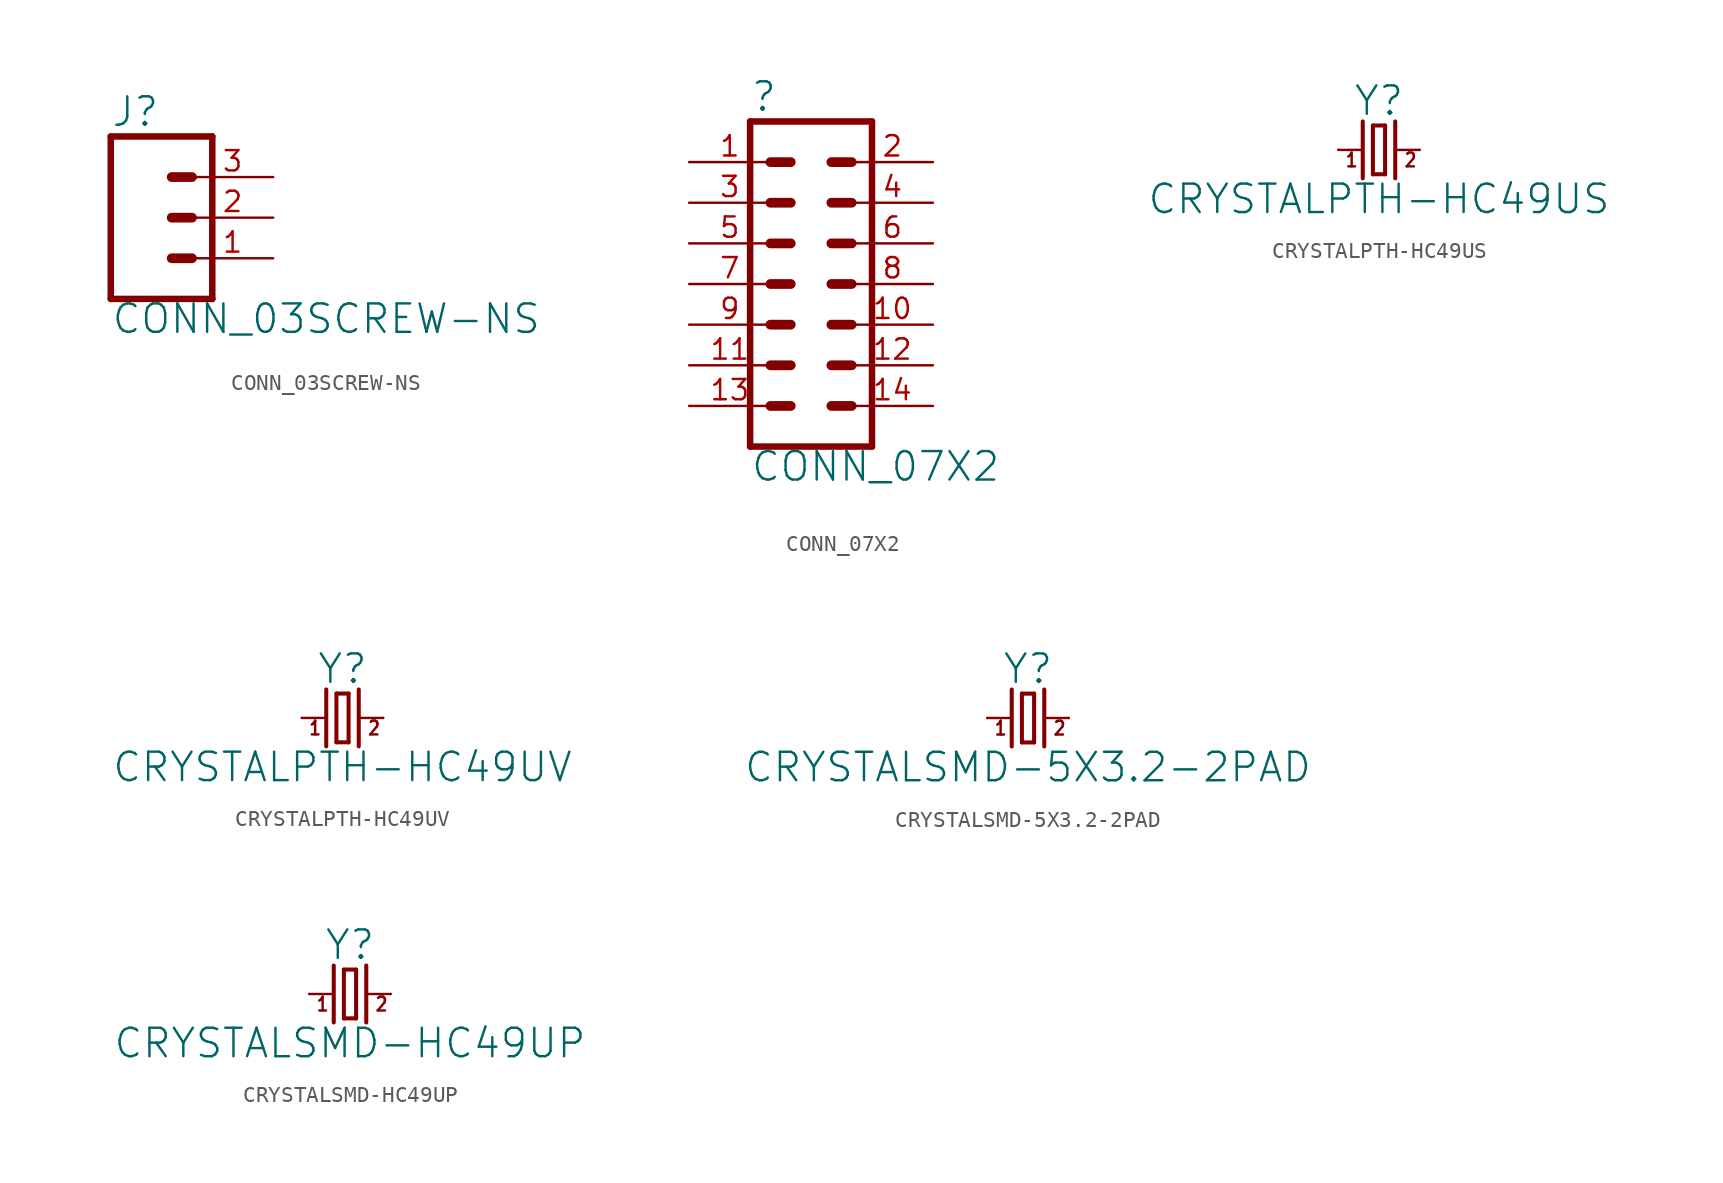
<source format=kicad_sym>
(kicad_symbol_lib
  (version 20211014)
  (generator kicad_symbol_editor)
  (symbol "CONN_03SCREW-NS"
    (property "Reference" "J"
      (at -2.54 5.588 0)
      (effects (font (size 1.778 1.778)) (justify left bottom)))
    (property "Value" "CONN_03SCREW-NS"
      (at -2.54 -7.366 0)
      (effects (font (size 1.778 1.778)) (justify left bottom)))
    (property "ki_locked" ""
      (at 0 0 0)
      (effects (font (size 1.27 1.27))))
    (symbol "CONN_03SCREW-NS_1_0"
      (polyline (pts (xy -2.54 5.08) (xy -2.54 -5.08)) (stroke (width 0.406) (type default) (color 0 0 0 0)) (fill (type none)))
      (polyline (pts (xy -2.54 5.08) (xy 3.81 5.08)) (stroke (width 0.406) (type default) (color 0 0 0 0)) (fill (type none)))
      (polyline (pts (xy 1.27 -2.54) (xy 2.54 -2.54)) (stroke (width 0.61) (type default) (color 0 0 0 0)) (fill (type none)))
      (polyline (pts (xy 1.27 0) (xy 2.54 0)) (stroke (width 0.61) (type default) (color 0 0 0 0)) (fill (type none)))
      (polyline (pts (xy 1.27 2.54) (xy 2.54 2.54)) (stroke (width 0.61) (type default) (color 0 0 0 0)) (fill (type none)))
      (polyline (pts (xy 3.81 -5.08) (xy -2.54 -5.08)) (stroke (width 0.406) (type default) (color 0 0 0 0)) (fill (type none)))
      (polyline (pts (xy 3.81 -5.08) (xy 3.81 5.08)) (stroke (width 0.406) (type default) (color 0 0 0 0)) (fill (type none)))
      (pin passive line (at 7.62 -2.54 180) (length 5.08) (name "1" (effects (font (size 0 0)))) (number "1" (effects (font (size 1.27 1.27)))))
      (pin passive line (at 7.62 0 180) (length 5.08) (name "2" (effects (font (size 0 0)))) (number "2" (effects (font (size 1.27 1.27)))))
      (pin passive line (at 7.62 2.54 180) (length 5.08) (name "3" (effects (font (size 0 0)))) (number "3" (effects (font (size 1.27 1.27)))))))
  (symbol "CONN_07X2"
    (property "Reference" ""
      (at -3.81 10.668 0)
      (effects (font (size 1.778 1.778)) (justify left bottom)))
    (property "Value" "CONN_07X2"
      (at -3.81 -12.446 0)
      (effects (font (size 1.778 1.778)) (justify left bottom)))
    (property "ki_locked" ""
      (at 0 0 0)
      (effects (font (size 1.27 1.27))))
    (symbol "CONN_07X2_1_0"
      (polyline (pts (xy -3.81 10.16) (xy -3.81 -10.16)) (stroke (width 0.406) (type default) (color 0 0 0 0)) (fill (type none)))
      (polyline (pts (xy -3.81 10.16) (xy 3.81 10.16)) (stroke (width 0.406) (type default) (color 0 0 0 0)) (fill (type none)))
      (polyline (pts (xy -1.27 -7.62) (xy -2.54 -7.62)) (stroke (width 0.61) (type default) (color 0 0 0 0)) (fill (type none)))
      (polyline (pts (xy -1.27 -5.08) (xy -2.54 -5.08)) (stroke (width 0.61) (type default) (color 0 0 0 0)) (fill (type none)))
      (polyline (pts (xy -1.27 -2.54) (xy -2.54 -2.54)) (stroke (width 0.61) (type default) (color 0 0 0 0)) (fill (type none)))
      (polyline (pts (xy -1.27 0) (xy -2.54 0)) (stroke (width 0.61) (type default) (color 0 0 0 0)) (fill (type none)))
      (polyline (pts (xy -1.27 2.54) (xy -2.54 2.54)) (stroke (width 0.61) (type default) (color 0 0 0 0)) (fill (type none)))
      (polyline (pts (xy -1.27 5.08) (xy -2.54 5.08)) (stroke (width 0.61) (type default) (color 0 0 0 0)) (fill (type none)))
      (polyline (pts (xy -1.27 7.62) (xy -2.54 7.62)) (stroke (width 0.61) (type default) (color 0 0 0 0)) (fill (type none)))
      (polyline (pts (xy 1.27 -7.62) (xy 2.54 -7.62)) (stroke (width 0.61) (type default) (color 0 0 0 0)) (fill (type none)))
      (polyline (pts (xy 1.27 -5.08) (xy 2.54 -5.08)) (stroke (width 0.61) (type default) (color 0 0 0 0)) (fill (type none)))
      (polyline (pts (xy 1.27 -2.54) (xy 2.54 -2.54)) (stroke (width 0.61) (type default) (color 0 0 0 0)) (fill (type none)))
      (polyline (pts (xy 1.27 0) (xy 2.54 0)) (stroke (width 0.61) (type default) (color 0 0 0 0)) (fill (type none)))
      (polyline (pts (xy 1.27 2.54) (xy 2.54 2.54)) (stroke (width 0.61) (type default) (color 0 0 0 0)) (fill (type none)))
      (polyline (pts (xy 1.27 5.08) (xy 2.54 5.08)) (stroke (width 0.61) (type default) (color 0 0 0 0)) (fill (type none)))
      (polyline (pts (xy 1.27 7.62) (xy 2.54 7.62)) (stroke (width 0.61) (type default) (color 0 0 0 0)) (fill (type none)))
      (polyline (pts (xy 3.81 -10.16) (xy -3.81 -10.16)) (stroke (width 0.406) (type default) (color 0 0 0 0)) (fill (type none)))
      (polyline (pts (xy 3.81 -10.16) (xy 3.81 10.16)) (stroke (width 0.406) (type default) (color 0 0 0 0)) (fill (type none)))
      (pin passive line (at -7.62 7.62 0) (length 5.08) (name "1" (effects (font (size 0 0)))) (number "1" (effects (font (size 1.27 1.27)))))
      (pin passive line (at 7.62 -2.54 180) (length 5.08) (name "10" (effects (font (size 0 0)))) (number "10" (effects (font (size 1.27 1.27)))))
      (pin passive line (at -7.62 -5.08 0) (length 5.08) (name "11" (effects (font (size 0 0)))) (number "11" (effects (font (size 1.27 1.27)))))
      (pin passive line (at 7.62 -5.08 180) (length 5.08) (name "12" (effects (font (size 0 0)))) (number "12" (effects (font (size 1.27 1.27)))))
      (pin passive line (at -7.62 -7.62 0) (length 5.08) (name "13" (effects (font (size 0 0)))) (number "13" (effects (font (size 1.27 1.27)))))
      (pin passive line (at 7.62 -7.62 180) (length 5.08) (name "14" (effects (font (size 0 0)))) (number "14" (effects (font (size 1.27 1.27)))))
      (pin passive line (at 7.62 7.62 180) (length 5.08) (name "2" (effects (font (size 0 0)))) (number "2" (effects (font (size 1.27 1.27)))))
      (pin passive line (at -7.62 5.08 0) (length 5.08) (name "3" (effects (font (size 0 0)))) (number "3" (effects (font (size 1.27 1.27)))))
      (pin passive line (at 7.62 5.08 180) (length 5.08) (name "4" (effects (font (size 0 0)))) (number "4" (effects (font (size 1.27 1.27)))))
      (pin passive line (at -7.62 2.54 0) (length 5.08) (name "5" (effects (font (size 0 0)))) (number "5" (effects (font (size 1.27 1.27)))))
      (pin passive line (at 7.62 2.54 180) (length 5.08) (name "6" (effects (font (size 0 0)))) (number "6" (effects (font (size 1.27 1.27)))))
      (pin passive line (at -7.62 0 0) (length 5.08) (name "7" (effects (font (size 0 0)))) (number "7" (effects (font (size 1.27 1.27)))))
      (pin passive line (at 7.62 0 180) (length 5.08) (name "8" (effects (font (size 0 0)))) (number "8" (effects (font (size 1.27 1.27)))))
      (pin passive line (at -7.62 -2.54 0) (length 5.08) (name "9" (effects (font (size 0 0)))) (number "9" (effects (font (size 1.27 1.27)))))))
  (symbol "CRYSTALPTH-HC49US"
    (property "Reference" "Y"
      (at 0 2.032 0)
      (effects (font (size 1.778 1.778)) (justify bottom)))
    (property "Value" "CRYSTALPTH-HC49US"
      (at 0 -2.032 0)
      (effects (font (size 1.778 1.778)) (justify top)))
    (property "ki_locked" ""
      (at 0 0 0)
      (effects (font (size 1.27 1.27))))
    (symbol "CRYSTALPTH-HC49US_1_0"
      (polyline (pts (xy -2.54 0) (xy -1.016 0)) (stroke (width 0.152) (type default) (color 0 0 0 0)) (fill (type none)))
      (polyline (pts (xy -1.016 1.778) (xy -1.016 -1.778)) (stroke (width 0.254) (type default) (color 0 0 0 0)) (fill (type none)))
      (polyline (pts (xy -0.381 -1.524) (xy 0.381 -1.524)) (stroke (width 0.254) (type default) (color 0 0 0 0)) (fill (type none)))
      (polyline (pts (xy -0.381 1.524) (xy -0.381 -1.524)) (stroke (width 0.254) (type default) (color 0 0 0 0)) (fill (type none)))
      (polyline (pts (xy 0.381 -1.524) (xy 0.381 1.524)) (stroke (width 0.254) (type default) (color 0 0 0 0)) (fill (type none)))
      (polyline (pts (xy 0.381 1.524) (xy -0.381 1.524)) (stroke (width 0.254) (type default) (color 0 0 0 0)) (fill (type none)))
      (polyline (pts (xy 1.016 0) (xy 2.54 0)) (stroke (width 0.152) (type default) (color 0 0 0 0)) (fill (type none)))
      (polyline (pts (xy 1.016 1.778) (xy 1.016 -1.778)) (stroke (width 0.254) (type default) (color 0 0 0 0)) (fill (type none)))
      (text "1" (at -2.159 -1.143 0) (effects (font (size 0.864 0.734)) (justify left bottom)))
      (text "2" (at 1.524 -1.143 0) (effects (font (size 0.864 0.734)) (justify left bottom)))
      (pin passive line (at -2.54 0 0) (length 0) (name "1" (effects (font (size 0 0)))) (number "1" (effects (font (size 0 0)))))
      (pin passive line (at 2.54 0 180) (length 0) (name "2" (effects (font (size 0 0)))) (number "2" (effects (font (size 0 0)))))))
  (symbol "CRYSTALPTH-HC49UV"
    (property "Reference" "Y"
      (at 0 2.032 0)
      (effects (font (size 1.778 1.778)) (justify bottom)))
    (property "Value" "CRYSTALPTH-HC49UV"
      (at 0 -2.032 0)
      (effects (font (size 1.778 1.778)) (justify top)))
    (property "ki_locked" ""
      (at 0 0 0)
      (effects (font (size 1.27 1.27))))
    (symbol "CRYSTALPTH-HC49UV_1_0"
      (polyline (pts (xy -2.54 0) (xy -1.016 0)) (stroke (width 0.152) (type default) (color 0 0 0 0)) (fill (type none)))
      (polyline (pts (xy -1.016 1.778) (xy -1.016 -1.778)) (stroke (width 0.254) (type default) (color 0 0 0 0)) (fill (type none)))
      (polyline (pts (xy -0.381 -1.524) (xy 0.381 -1.524)) (stroke (width 0.254) (type default) (color 0 0 0 0)) (fill (type none)))
      (polyline (pts (xy -0.381 1.524) (xy -0.381 -1.524)) (stroke (width 0.254) (type default) (color 0 0 0 0)) (fill (type none)))
      (polyline (pts (xy 0.381 -1.524) (xy 0.381 1.524)) (stroke (width 0.254) (type default) (color 0 0 0 0)) (fill (type none)))
      (polyline (pts (xy 0.381 1.524) (xy -0.381 1.524)) (stroke (width 0.254) (type default) (color 0 0 0 0)) (fill (type none)))
      (polyline (pts (xy 1.016 0) (xy 2.54 0)) (stroke (width 0.152) (type default) (color 0 0 0 0)) (fill (type none)))
      (polyline (pts (xy 1.016 1.778) (xy 1.016 -1.778)) (stroke (width 0.254) (type default) (color 0 0 0 0)) (fill (type none)))
      (text "1" (at -2.159 -1.143 0) (effects (font (size 0.864 0.734)) (justify left bottom)))
      (text "2" (at 1.524 -1.143 0) (effects (font (size 0.864 0.734)) (justify left bottom)))
      (pin passive line (at -2.54 0 0) (length 0) (name "1" (effects (font (size 0 0)))) (number "1" (effects (font (size 0 0)))))
      (pin passive line (at 2.54 0 180) (length 0) (name "2" (effects (font (size 0 0)))) (number "2" (effects (font (size 0 0)))))))
  (symbol "CRYSTALSMD-5X3.2-2PAD"
    (property "Reference" "Y"
      (at 0 2.032 0)
      (effects (font (size 1.778 1.778)) (justify bottom)))
    (property "Value" "CRYSTALSMD-5X3.2-2PAD"
      (at 0 -2.032 0)
      (effects (font (size 1.778 1.778)) (justify top)))
    (property "ki_locked" ""
      (at 0 0 0)
      (effects (font (size 1.27 1.27))))
    (symbol "CRYSTALSMD-5X3.2-2PAD_1_0"
      (polyline (pts (xy -2.54 0) (xy -1.016 0)) (stroke (width 0.152) (type default) (color 0 0 0 0)) (fill (type none)))
      (polyline (pts (xy -1.016 1.778) (xy -1.016 -1.778)) (stroke (width 0.254) (type default) (color 0 0 0 0)) (fill (type none)))
      (polyline (pts (xy -0.381 -1.524) (xy 0.381 -1.524)) (stroke (width 0.254) (type default) (color 0 0 0 0)) (fill (type none)))
      (polyline (pts (xy -0.381 1.524) (xy -0.381 -1.524)) (stroke (width 0.254) (type default) (color 0 0 0 0)) (fill (type none)))
      (polyline (pts (xy 0.381 -1.524) (xy 0.381 1.524)) (stroke (width 0.254) (type default) (color 0 0 0 0)) (fill (type none)))
      (polyline (pts (xy 0.381 1.524) (xy -0.381 1.524)) (stroke (width 0.254) (type default) (color 0 0 0 0)) (fill (type none)))
      (polyline (pts (xy 1.016 0) (xy 2.54 0)) (stroke (width 0.152) (type default) (color 0 0 0 0)) (fill (type none)))
      (polyline (pts (xy 1.016 1.778) (xy 1.016 -1.778)) (stroke (width 0.254) (type default) (color 0 0 0 0)) (fill (type none)))
      (text "1" (at -2.159 -1.143 0) (effects (font (size 0.864 0.734)) (justify left bottom)))
      (text "2" (at 1.524 -1.143 0) (effects (font (size 0.864 0.734)) (justify left bottom)))
      (pin passive line (at -2.54 0 0) (length 0) (name "1" (effects (font (size 0 0)))) (number "P$1" (effects (font (size 0 0)))))
      (pin passive line (at 2.54 0 180) (length 0) (name "2" (effects (font (size 0 0)))) (number "P$2" (effects (font (size 0 0)))))))
  (symbol "CRYSTALSMD-HC49UP"
    (property "Reference" "Y"
      (at 0 2.032 0)
      (effects (font (size 1.778 1.778)) (justify bottom)))
    (property "Value" "CRYSTALSMD-HC49UP"
      (at 0 -2.032 0)
      (effects (font (size 1.778 1.778)) (justify top)))
    (property "ki_locked" ""
      (at 0 0 0)
      (effects (font (size 1.27 1.27))))
    (symbol "CRYSTALSMD-HC49UP_1_0"
      (polyline (pts (xy -2.54 0) (xy -1.016 0)) (stroke (width 0.152) (type default) (color 0 0 0 0)) (fill (type none)))
      (polyline (pts (xy -1.016 1.778) (xy -1.016 -1.778)) (stroke (width 0.254) (type default) (color 0 0 0 0)) (fill (type none)))
      (polyline (pts (xy -0.381 -1.524) (xy 0.381 -1.524)) (stroke (width 0.254) (type default) (color 0 0 0 0)) (fill (type none)))
      (polyline (pts (xy -0.381 1.524) (xy -0.381 -1.524)) (stroke (width 0.254) (type default) (color 0 0 0 0)) (fill (type none)))
      (polyline (pts (xy 0.381 -1.524) (xy 0.381 1.524)) (stroke (width 0.254) (type default) (color 0 0 0 0)) (fill (type none)))
      (polyline (pts (xy 0.381 1.524) (xy -0.381 1.524)) (stroke (width 0.254) (type default) (color 0 0 0 0)) (fill (type none)))
      (polyline (pts (xy 1.016 0) (xy 2.54 0)) (stroke (width 0.152) (type default) (color 0 0 0 0)) (fill (type none)))
      (polyline (pts (xy 1.016 1.778) (xy 1.016 -1.778)) (stroke (width 0.254) (type default) (color 0 0 0 0)) (fill (type none)))
      (text "1" (at -2.159 -1.143 0) (effects (font (size 0.864 0.734)) (justify left bottom)))
      (text "2" (at 1.524 -1.143 0) (effects (font (size 0.864 0.734)) (justify left bottom)))
      (pin passive line (at -2.54 0 0) (length 0) (name "1" (effects (font (size 0 0)))) (number "1" (effects (font (size 0 0)))))
      (pin passive line (at 2.54 0 180) (length 0) (name "2" (effects (font (size 0 0)))) (number "2" (effects (font (size 0 0))))))))
</source>
